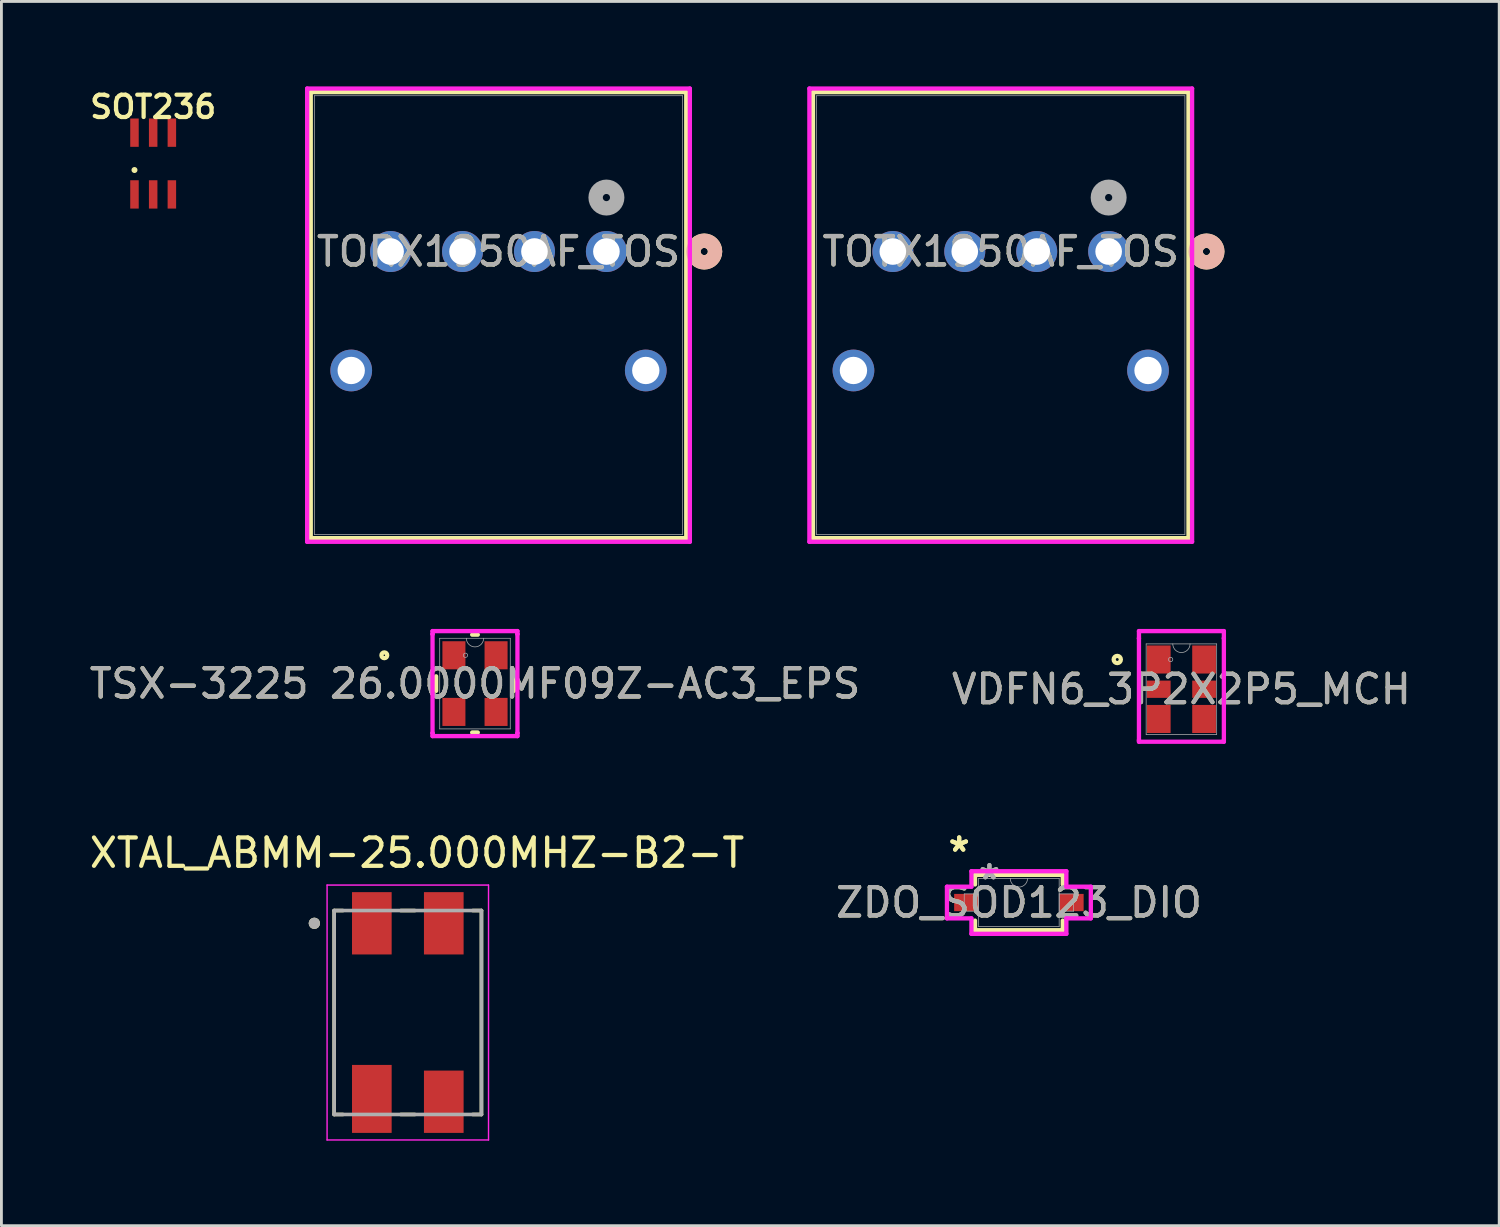
<source format=kicad_pcb>
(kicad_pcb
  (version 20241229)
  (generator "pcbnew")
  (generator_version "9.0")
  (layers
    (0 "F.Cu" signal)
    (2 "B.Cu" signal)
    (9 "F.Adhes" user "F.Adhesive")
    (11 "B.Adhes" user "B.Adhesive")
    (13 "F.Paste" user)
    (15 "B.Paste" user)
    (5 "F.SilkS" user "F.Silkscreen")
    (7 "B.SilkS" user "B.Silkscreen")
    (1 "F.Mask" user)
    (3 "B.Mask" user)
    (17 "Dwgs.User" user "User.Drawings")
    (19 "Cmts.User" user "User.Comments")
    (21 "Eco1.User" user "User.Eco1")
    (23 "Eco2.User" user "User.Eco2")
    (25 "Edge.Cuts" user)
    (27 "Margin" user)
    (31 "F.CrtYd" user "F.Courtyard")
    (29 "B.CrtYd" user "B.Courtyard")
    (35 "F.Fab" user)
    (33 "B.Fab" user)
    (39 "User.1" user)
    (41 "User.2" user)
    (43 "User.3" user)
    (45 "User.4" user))
  (footprint "TORX1950AF_TOS"
    (layer "F.Cu")
    (at 18.36 5.83)
    (property "Reference" "TORX1950AF_TOS" (at -3.81 0 0) (unlocked yes) (layer "F.SilkS") (effects (font (size 1 1) (thickness 0.15))))
    (attr through_hole)
    (fp_line (start -10.439 -5.627) (end -10.439 10.121) (stroke (width 0.152) (type solid)) (layer "F.SilkS"))
    (fp_line (start -10.439 10.121) (end 2.819 10.121) (stroke (width 0.152) (type solid)) (layer "F.SilkS"))
    (fp_line (start 2.819 -5.627) (end -10.439 -5.627) (stroke (width 0.152) (type solid)) (layer "F.SilkS"))
    (fp_line (start 2.819 10.121) (end 2.819 -5.627) (stroke (width 0.152) (type solid)) (layer "F.SilkS"))
    (fp_circle (center 3.454 0) (end 3.835 0) (stroke (width 0.508) (type solid)) (fill no) (layer "F.SilkS"))
    (fp_circle (center 3.454 0) (end 3.835 0) (stroke (width 0.508) (type solid)) (fill no) (layer "B.SilkS"))
    (fp_line (start -10.566 -5.754) (end -10.566 10.248) (stroke (width 0.152) (type solid)) (layer "F.CrtYd"))
    (fp_line (start -10.566 10.248) (end 2.946 10.248) (stroke (width 0.152) (type solid)) (layer "F.CrtYd"))
    (fp_line (start 2.946 -5.754) (end -10.566 -5.754) (stroke (width 0.152) (type solid)) (layer "F.CrtYd"))
    (fp_line (start 2.946 10.248) (end 2.946 -5.754) (stroke (width 0.152) (type solid)) (layer "F.CrtYd"))
    (fp_line (start -10.312 -5.5) (end -10.312 9.994) (stroke (width 0.025) (type solid)) (layer "F.Fab"))
    (fp_line (start -10.312 9.994) (end 2.692 9.994) (stroke (width 0.025) (type solid)) (layer "F.Fab"))
    (fp_line (start 2.692 -5.5) (end -10.312 -5.5) (stroke (width 0.025) (type solid)) (layer "F.Fab"))
    (fp_line (start 2.692 9.994) (end 2.692 -5.5) (stroke (width 0.025) (type solid)) (layer "F.Fab"))
    (fp_circle (center 0 -1.905) (end 0.381 -1.905) (stroke (width 0.508) (type solid)) (fill no) (layer "F.Fab"))
    (fp_text user "${REFERENCE}" (at -3.81 0 0) (unlocked yes) (layer "F.Fab") (effects (font (size 1 1) (thickness 0.15))))
    (pad "1" thru_hole circle (at 0 0) (size 1.448 1.448) (drill 0.94) (layers "*.Cu" "*.Mask"))
    (pad "2" thru_hole circle (at -2.54 0) (size 1.448 1.448) (drill 0.94) (layers "*.Cu" "*.Mask"))
    (pad "3" thru_hole circle (at -5.08 0) (size 1.448 1.448) (drill 0.94) (layers "*.Cu" "*.Mask"))
    (pad "4" thru_hole circle (at -7.62 0) (size 1.448 1.448) (drill 0.94) (layers "*.Cu" "*.Mask"))
    (pad "5" thru_hole circle (at -9.01 4.2) (size 1.473 1.473) (drill 0.965) (layers "*.Cu" "*.Mask"))
    (pad "6" thru_hole circle (at 1.39 4.2) (size 1.473 1.473) (drill 0.965) (layers "*.Cu" "*.Mask")))
  (footprint "ZDO_SOD123_DIO"
    (layer "F.Cu")
    (at 32.923 28.815)
    (property "Reference" "ZDO_SOD123_DIO" (at 0 0 0) (unlocked yes) (layer "F.SilkS") (effects (font (size 1 1) (thickness 0.15))))
    (attr smd)
    (fp_line (start -1.549 -0.978) (end -1.549 -0.638) (stroke (width 0.152) (type solid)) (layer "F.SilkS"))
    (fp_line (start -1.549 0.638) (end -1.549 0.978) (stroke (width 0.152) (type solid)) (layer "F.SilkS"))
    (fp_line (start -1.549 0.978) (end 1.549 0.978) (stroke (width 0.152) (type solid)) (layer "F.SilkS"))
    (fp_line (start 1.549 -0.978) (end -1.549 -0.978) (stroke (width 0.152) (type solid)) (layer "F.SilkS"))
    (fp_line (start 1.549 -0.638) (end 1.549 -0.978) (stroke (width 0.152) (type solid)) (layer "F.SilkS"))
    (fp_line (start 1.549 0.978) (end 1.549 0.638) (stroke (width 0.152) (type solid)) (layer "F.SilkS"))
    (fp_line (start -2.54 -0.559) (end -1.676 -0.559) (stroke (width 0.152) (type solid)) (layer "F.CrtYd"))
    (fp_line (start -2.54 0.559) (end -2.54 -0.559) (stroke (width 0.152) (type solid)) (layer "F.CrtYd"))
    (fp_line (start -2.54 0.559) (end -1.676 0.559) (stroke (width 0.152) (type solid)) (layer "F.CrtYd"))
    (fp_line (start -1.676 -1.105) (end 1.676 -1.105) (stroke (width 0.152) (type solid)) (layer "F.CrtYd"))
    (fp_line (start -1.676 -0.559) (end -1.676 -1.105) (stroke (width 0.152) (type solid)) (layer "F.CrtYd"))
    (fp_line (start -1.676 1.105) (end -1.676 0.559) (stroke (width 0.152) (type solid)) (layer "F.CrtYd"))
    (fp_line (start 1.676 -1.105) (end 1.676 -0.559) (stroke (width 0.152) (type solid)) (layer "F.CrtYd"))
    (fp_line (start 1.676 0.559) (end 1.676 1.105) (stroke (width 0.152) (type solid)) (layer "F.CrtYd"))
    (fp_line (start 1.676 1.105) (end -1.676 1.105) (stroke (width 0.152) (type solid)) (layer "F.CrtYd"))
    (fp_line (start 2.54 -0.559) (end 1.676 -0.559) (stroke (width 0.152) (type solid)) (layer "F.CrtYd"))
    (fp_line (start 2.54 -0.559) (end 2.54 0.559) (stroke (width 0.152) (type solid)) (layer "F.CrtYd"))
    (fp_line (start 2.54 0.559) (end 1.676 0.559) (stroke (width 0.152) (type solid)) (layer "F.CrtYd"))
    (fp_line (start -1.93 -0.305) (end -1.93 0.305) (stroke (width 0.025) (type solid)) (layer "F.Fab"))
    (fp_line (start -1.93 0.305) (end -1.422 0.305) (stroke (width 0.025) (type solid)) (layer "F.Fab"))
    (fp_line (start -1.422 -0.851) (end -1.422 0.851) (stroke (width 0.025) (type solid)) (layer "F.Fab"))
    (fp_line (start -1.422 -0.305) (end -1.93 -0.305) (stroke (width 0.025) (type solid)) (layer "F.Fab"))
    (fp_line (start -1.422 0.305) (end -1.422 -0.305) (stroke (width 0.025) (type solid)) (layer "F.Fab"))
    (fp_line (start -1.422 0.851) (end 1.422 0.851) (stroke (width 0.025) (type solid)) (layer "F.Fab"))
    (fp_line (start 1.422 -0.851) (end -1.422 -0.851) (stroke (width 0.025) (type solid)) (layer "F.Fab"))
    (fp_line (start 1.422 -0.305) (end 1.422 0.305) (stroke (width 0.025) (type solid)) (layer "F.Fab"))
    (fp_line (start 1.422 0.305) (end 1.93 0.305) (stroke (width 0.025) (type solid)) (layer "F.Fab"))
    (fp_line (start 1.422 0.851) (end 1.422 -0.851) (stroke (width 0.025) (type solid)) (layer "F.Fab"))
    (fp_line (start 1.93 -0.305) (end 1.422 -0.305) (stroke (width 0.025) (type solid)) (layer "F.Fab"))
    (fp_line (start 1.93 0.305) (end 1.93 -0.305) (stroke (width 0.025) (type solid)) (layer "F.Fab"))
    (fp_arc (start 0.3048 -0.8509) (mid 0 -0.5461) (end -0.3048 -0.8509) (stroke (width 0.0254) (type solid)) (layer "F.Fab"))
    (fp_text user "*" (at -2.108 -1.753 0) (unlocked yes) (layer "F.SilkS") (effects (font (size 1 1) (thickness 0.15))))
    (fp_text user "*" (at -2.108 -1.753 0) (layer "F.SilkS") (effects (font (size 1 1) (thickness 0.15))))
    (fp_text user "${REFERENCE}" (at 0 0 0) (unlocked yes) (layer "F.Fab") (effects (font (size 1 1) (thickness 0.15))))
    (fp_text user "*" (at -1.041 -0.775 0) (layer "F.Fab") (effects (font (size 1 1) (thickness 0.15))))
    (fp_text user "*" (at -1.041 -0.775 0) (unlocked yes) (layer "F.Fab") (effects (font (size 1 1) (thickness 0.15))))
    (pad "1" smd rect (at -1.854 0) (size 0.864 0.61) (layers "F.Cu" "F.Mask" "F.Paste"))
    (pad "2" smd rect (at 1.854 0) (size 0.864 0.61) (layers "F.Cu" "F.Mask" "F.Paste")))
  (footprint "SOT236"
    (layer "F.Cu")
    (at 2.358 2.724)
    (property "Reference" "SOT236" (at 0 -2 0) (layer "F.SilkS") (effects (font (size 0.787 0.787) (thickness 0.15))))
    (attr smd)
    (fp_circle (center -0.66 0.229) (end -0.66 0.148) (stroke (width 0.05) (type solid)) (fill no) (layer "F.SilkS"))
    (fp_circle (center -0.66 0.229) (end -0.638 0.229) (stroke (width 0.05) (type solid)) (fill no) (layer "F.SilkS"))
    (fp_circle (center -0.66 0.229) (end -0.628 0.229) (stroke (width 0.05) (type solid)) (fill no) (layer "F.SilkS"))
    (fp_circle (center -0.66 0.241) (end -0.65 0.241) (stroke (width 0.05) (type solid)) (fill no) (layer "F.SilkS"))
    (pad "1" smd rect (at -0.66 1.09) (size 0.3 1) (layers "F.Cu" "F.Mask" "F.Paste"))
    (pad "2" smd rect (at 0 1.09) (size 0.3 1) (layers "F.Cu" "F.Mask" "F.Paste"))
    (pad "3" smd rect (at 0.66 1.09) (size 0.3 1) (layers "F.Cu" "F.Mask" "F.Paste"))
    (pad "4" smd rect (at 0.66 -1.09) (size 0.3 1) (layers "F.Cu" "F.Mask" "F.Paste"))
    (pad "5" smd rect (at 0 -1.09) (size 0.3 1) (layers "F.Cu" "F.Mask" "F.Paste"))
    (pad "6" smd rect (at -0.66 -1.09) (size 0.3 1) (layers "F.Cu" "F.Mask" "F.Paste")))
  (footprint "TSX-3225 26.0000MF09Z-AC3_EPS"
    (layer "F.Cu")
    (at 13.72 21.085)
    (property "Reference" "TSX-3225 26.0000MF09Z-AC3_EPS" (at 0 0 0) (unlocked yes) (layer "F.SilkS") (effects (font (size 1 1) (thickness 0.15))))
    (attr smd)
    (fp_line (start -1.372 -0.256) (end -1.372 0.256) (stroke (width 0.152) (type solid)) (layer "F.SilkS"))
    (fp_line (start -0.099 1.727) (end 0.099 1.727) (stroke (width 0.152) (type solid)) (layer "F.SilkS"))
    (fp_line (start 0.099 -1.727) (end -0.099 -1.727) (stroke (width 0.152) (type solid)) (layer "F.SilkS"))
    (fp_line (start 1.372 0.256) (end 1.372 -0.256) (stroke (width 0.152) (type solid)) (layer "F.SilkS"))
    (fp_circle (center -3.201 -1) (end -3.099 -1) (stroke (width 0.152) (type solid)) (fill no) (layer "F.SilkS"))
    (fp_line (start -1.499 -1.854) (end 1.499 -1.854) (stroke (width 0.152) (type solid)) (layer "F.CrtYd"))
    (fp_line (start -1.499 -1.749) (end -1.499 -1.854) (stroke (width 0.152) (type solid)) (layer "F.CrtYd"))
    (fp_line (start -1.499 -1.749) (end -1.499 -1.749) (stroke (width 0.152) (type solid)) (layer "F.CrtYd"))
    (fp_line (start -1.499 1.749) (end -1.499 -1.749) (stroke (width 0.152) (type solid)) (layer "F.CrtYd"))
    (fp_line (start -1.499 1.749) (end -1.499 1.749) (stroke (width 0.152) (type solid)) (layer "F.CrtYd"))
    (fp_line (start -1.499 1.854) (end -1.499 1.749) (stroke (width 0.152) (type solid)) (layer "F.CrtYd"))
    (fp_line (start 1.499 -1.854) (end 1.499 -1.749) (stroke (width 0.152) (type solid)) (layer "F.CrtYd"))
    (fp_line (start 1.499 -1.749) (end 1.499 -1.749) (stroke (width 0.152) (type solid)) (layer "F.CrtYd"))
    (fp_line (start 1.499 -1.749) (end 1.499 1.749) (stroke (width 0.152) (type solid)) (layer "F.CrtYd"))
    (fp_line (start 1.499 1.749) (end 1.499 1.749) (stroke (width 0.152) (type solid)) (layer "F.CrtYd"))
    (fp_line (start 1.499 1.749) (end 1.499 1.854) (stroke (width 0.152) (type solid)) (layer "F.CrtYd"))
    (fp_line (start 1.499 1.854) (end -1.499 1.854) (stroke (width 0.152) (type solid)) (layer "F.CrtYd"))
    (fp_line (start -1.245 -1.6) (end -1.245 1.6) (stroke (width 0.025) (type solid)) (layer "F.Fab"))
    (fp_line (start -1.245 1.6) (end 1.245 1.6) (stroke (width 0.025) (type solid)) (layer "F.Fab"))
    (fp_line (start 1.245 -1.6) (end -1.245 -1.6) (stroke (width 0.025) (type solid)) (layer "F.Fab"))
    (fp_line (start 1.245 1.6) (end 1.245 -1.6) (stroke (width 0.025) (type solid)) (layer "F.Fab"))
    (fp_arc (start 0.3048 -1.6002) (mid 0 -1.2954) (end -0.3048 -1.6002) (stroke (width 0.0254) (type solid)) (layer "F.Fab"))
    (fp_circle (center -0.337 -1) (end -0.261 -1) (stroke (width 0.025) (type solid)) (fill no) (layer "F.Fab"))
    (fp_text user "${REFERENCE}" (at 0 0 0) (unlocked yes) (layer "F.Fab") (effects (font (size 1 1) (thickness 0.15))))
    (pad "1" smd rect (at -0.744 -1) (size 0.813 0.991) (layers "F.Cu" "F.Mask" "F.Paste"))
    (pad "2" smd rect (at -0.744 1) (size 0.813 0.991) (layers "F.Cu" "F.Mask" "F.Paste"))
    (pad "3" smd rect (at 0.744 1) (size 0.813 0.991) (layers "F.Cu" "F.Mask" "F.Paste"))
    (pad "4" smd rect (at 0.744 -1) (size 0.813 0.991) (layers "F.Cu" "F.Mask" "F.Paste")))
  (footprint "TOTX1950AF_TOS"
    (layer "F.Cu")
    (at 36.092 5.83)
    (property "Reference" "TOTX1950AF_TOS" (at -3.81 0 0) (unlocked yes) (layer "F.SilkS") (effects (font (size 1 1) (thickness 0.15))))
    (attr through_hole)
    (fp_line (start -10.439 -5.627) (end -10.439 10.121) (stroke (width 0.152) (type solid)) (layer "F.SilkS"))
    (fp_line (start -10.439 10.121) (end 2.819 10.121) (stroke (width 0.152) (type solid)) (layer "F.SilkS"))
    (fp_line (start 2.819 -5.627) (end -10.439 -5.627) (stroke (width 0.152) (type solid)) (layer "F.SilkS"))
    (fp_line (start 2.819 10.121) (end 2.819 -5.627) (stroke (width 0.152) (type solid)) (layer "F.SilkS"))
    (fp_circle (center 3.454 0) (end 3.835 0) (stroke (width 0.508) (type solid)) (fill no) (layer "F.SilkS"))
    (fp_circle (center 3.454 0) (end 3.835 0) (stroke (width 0.508) (type solid)) (fill no) (layer "B.SilkS"))
    (fp_line (start -10.566 -5.754) (end -10.566 10.248) (stroke (width 0.152) (type solid)) (layer "F.CrtYd"))
    (fp_line (start -10.566 10.248) (end 2.946 10.248) (stroke (width 0.152) (type solid)) (layer "F.CrtYd"))
    (fp_line (start 2.946 -5.754) (end -10.566 -5.754) (stroke (width 0.152) (type solid)) (layer "F.CrtYd"))
    (fp_line (start 2.946 10.248) (end 2.946 -5.754) (stroke (width 0.152) (type solid)) (layer "F.CrtYd"))
    (fp_line (start -10.312 -5.5) (end -10.312 9.994) (stroke (width 0.025) (type solid)) (layer "F.Fab"))
    (fp_line (start -10.312 9.994) (end 2.692 9.994) (stroke (width 0.025) (type solid)) (layer "F.Fab"))
    (fp_line (start 2.692 -5.5) (end -10.312 -5.5) (stroke (width 0.025) (type solid)) (layer "F.Fab"))
    (fp_line (start 2.692 9.994) (end 2.692 -5.5) (stroke (width 0.025) (type solid)) (layer "F.Fab"))
    (fp_circle (center 0 -1.905) (end 0.381 -1.905) (stroke (width 0.508) (type solid)) (fill no) (layer "F.Fab"))
    (fp_text user "${REFERENCE}" (at -3.81 0 0) (unlocked yes) (layer "F.Fab") (effects (font (size 1 1) (thickness 0.15))))
    (pad "1" thru_hole circle (at 0 0) (size 1.448 1.448) (drill 0.94) (layers "*.Cu" "*.Mask"))
    (pad "2" thru_hole circle (at -2.54 0) (size 1.448 1.448) (drill 0.94) (layers "*.Cu" "*.Mask"))
    (pad "3" thru_hole circle (at -5.08 0) (size 1.448 1.448) (drill 0.94) (layers "*.Cu" "*.Mask"))
    (pad "4" thru_hole circle (at -7.62 0) (size 1.448 1.448) (drill 0.94) (layers "*.Cu" "*.Mask"))
    (pad "5" thru_hole circle (at -9.01 4.2) (size 1.473 1.473) (drill 0.965) (layers "*.Cu" "*.Mask"))
    (pad "6" thru_hole circle (at 1.39 4.2) (size 1.473 1.473) (drill 0.965) (layers "*.Cu" "*.Mask")))
  (footprint "VDFN6_3P2X2P5_MCH"
    (layer "F.Cu")
    (at 38.661 21.284)
    (property "Reference" "VDFN6_3P2X2P5_MCH" (at 0 0 0) (unlocked yes) (layer "F.SilkS") (effects (font (size 1 1) (thickness 0.15))))
    (attr smd)
    (fp_circle (center -2.265 -1.05) (end -2.138 -1.05) (stroke (width 0.152) (type solid)) (fill no) (layer "F.SilkS"))
    (fp_line (start -1.499 -2.053) (end 1.499 -2.053) (stroke (width 0.152) (type solid)) (layer "F.CrtYd"))
    (fp_line (start -1.499 -1.799) (end -1.499 -2.053) (stroke (width 0.152) (type solid)) (layer "F.CrtYd"))
    (fp_line (start -1.499 -1.799) (end -1.499 -1.799) (stroke (width 0.152) (type solid)) (layer "F.CrtYd"))
    (fp_line (start -1.499 1.799) (end -1.499 -1.799) (stroke (width 0.152) (type solid)) (layer "F.CrtYd"))
    (fp_line (start -1.499 1.799) (end -1.499 1.799) (stroke (width 0.152) (type solid)) (layer "F.CrtYd"))
    (fp_line (start -1.499 1.854) (end -1.499 1.799) (stroke (width 0.152) (type solid)) (layer "F.CrtYd"))
    (fp_line (start 1.499 -2.053) (end 1.499 -1.799) (stroke (width 0.152) (type solid)) (layer "F.CrtYd"))
    (fp_line (start 1.499 -1.799) (end 1.499 -1.799) (stroke (width 0.152) (type solid)) (layer "F.CrtYd"))
    (fp_line (start 1.499 -1.799) (end 1.499 1.799) (stroke (width 0.152) (type solid)) (layer "F.CrtYd"))
    (fp_line (start 1.499 1.799) (end 1.499 1.799) (stroke (width 0.152) (type solid)) (layer "F.CrtYd"))
    (fp_line (start 1.499 1.799) (end 1.499 1.854) (stroke (width 0.152) (type solid)) (layer "F.CrtYd"))
    (fp_line (start 1.499 1.854) (end -1.499 1.854) (stroke (width 0.152) (type solid)) (layer "F.CrtYd"))
    (fp_line (start -1.245 -1.6) (end -1.245 1.6) (stroke (width 0.025) (type solid)) (layer "F.Fab"))
    (fp_line (start -1.245 1.6) (end 1.245 1.6) (stroke (width 0.025) (type solid)) (layer "F.Fab"))
    (fp_line (start 1.245 -1.6) (end -1.245 -1.6) (stroke (width 0.025) (type solid)) (layer "F.Fab"))
    (fp_line (start 1.245 1.6) (end 1.245 -1.6) (stroke (width 0.025) (type solid)) (layer "F.Fab"))
    (fp_arc (start 0.3048 -1.6002) (mid 0 -1.2954) (end -0.3048 -1.6002) (stroke (width 0.0254) (type solid)) (layer "F.Fab"))
    (fp_circle (center -0.381 -1.05) (end -0.305 -1.05) (stroke (width 0.025) (type solid)) (fill no) (layer "F.Fab"))
    (fp_text user "${REFERENCE}" (at 0 0 0) (unlocked yes) (layer "F.Fab") (effects (font (size 1 1) (thickness 0.15))))
    (pad "1" smd rect (at -0.8 -1.05) (size 0.838 0.991) (layers "F.Cu" "F.Mask" "F.Paste"))
    (pad "2" smd rect (at -0.8 0) (size 0.838 0.61) (layers "F.Cu" "F.Mask" "F.Paste"))
    (pad "3" smd rect (at -0.8 1.05) (size 0.838 0.991) (layers "F.Cu" "F.Mask" "F.Paste"))
    (pad "4" smd rect (at 0.8 1.05) (size 0.838 0.991) (layers "F.Cu" "F.Mask" "F.Paste"))
    (pad "5" smd rect (at 0.8 0) (size 0.838 0.61) (layers "F.Cu" "F.Mask" "F.Paste"))
    (pad "6" smd rect (at 0.8 -1.05) (size 0.838 0.991) (layers "F.Cu" "F.Mask" "F.Paste")))
  (footprint "XTAL_ABMM-25.000MHZ-B2-T"
    (layer "F.Cu")
    (at 11.348 32.698)
    (property "Reference" "XTAL_ABMM-25.000MHZ-B2-T" (at 0.325 -5.635 0) (layer "F.SilkS") (effects (font (size 1 1) (thickness 0.15))))
    (attr smd)
    (fp_line (start -2.6 -3.6) (end -2.29 -3.6) (stroke (width 0.127) (type solid)) (layer "F.SilkS"))
    (fp_line (start -2.6 3.6) (end -2.6 -3.6) (stroke (width 0.127) (type solid)) (layer "F.SilkS"))
    (fp_line (start -2.29 3.6) (end -2.6 3.6) (stroke (width 0.127) (type solid)) (layer "F.SilkS"))
    (fp_line (start -0.25 3.6) (end 0.25 3.6) (stroke (width 0.127) (type solid)) (layer "F.SilkS"))
    (fp_line (start 0.25 -3.6) (end -0.25 -3.6) (stroke (width 0.127) (type solid)) (layer "F.SilkS"))
    (fp_line (start 2.29 -3.6) (end 2.6 -3.6) (stroke (width 0.127) (type solid)) (layer "F.SilkS"))
    (fp_line (start 2.6 -3.6) (end 2.6 3.6) (stroke (width 0.127) (type solid)) (layer "F.SilkS"))
    (fp_line (start 2.6 3.6) (end 2.29 3.6) (stroke (width 0.127) (type solid)) (layer "F.SilkS"))
    (fp_circle (center -3.3 -3.15) (end -3.2 -3.15) (stroke (width 0.2) (type solid)) (fill no) (layer "F.SilkS"))
    (fp_line (start -2.85 -4.5) (end 2.85 -4.5) (stroke (width 0.05) (type solid)) (layer "F.CrtYd"))
    (fp_line (start -2.85 4.5) (end -2.85 -4.5) (stroke (width 0.05) (type solid)) (layer "F.CrtYd"))
    (fp_line (start 2.85 -4.5) (end 2.85 4.5) (stroke (width 0.05) (type solid)) (layer "F.CrtYd"))
    (fp_line (start 2.85 4.5) (end -2.85 4.5) (stroke (width 0.05) (type solid)) (layer "F.CrtYd"))
    (fp_line (start -2.6 -3.6) (end 2.6 -3.6) (stroke (width 0.127) (type solid)) (layer "F.Fab"))
    (fp_line (start -2.6 3.6) (end -2.6 -3.6) (stroke (width 0.127) (type solid)) (layer "F.Fab"))
    (fp_line (start 2.6 -3.6) (end 2.6 3.6) (stroke (width 0.127) (type solid)) (layer "F.Fab"))
    (fp_line (start 2.6 3.6) (end -2.6 3.6) (stroke (width 0.127) (type solid)) (layer "F.Fab"))
    (fp_circle (center -3.3 -3.15) (end -3.2 -3.15) (stroke (width 0.2) (type solid)) (fill no) (layer "F.Fab"))
    (pad "1" smd rect (at -1.27 -3.15) (size 1.4 2.2) (layers "F.Cu" "F.Mask" "F.Paste"))
    (pad "2" smd rect (at 1.27 -3.15) (size 1.4 2.2) (layers "F.Cu" "F.Mask" "F.Paste"))
    (pad "3" smd rect (at 1.27 3.15) (size 1.4 2.2) (layers "F.Cu" "F.Mask" "F.Paste"))
    (pad "4" smd rect (at -1.27 3.05) (size 1.4 2.4) (layers "F.Cu" "F.Mask" "F.Paste")))
  (gr_rect
    (start -3 -3)
    (end 49.881 40.223)
    (stroke (width 0.1) (type default))
    (fill no)
    (layer "Edge.Cuts")))
</source>
